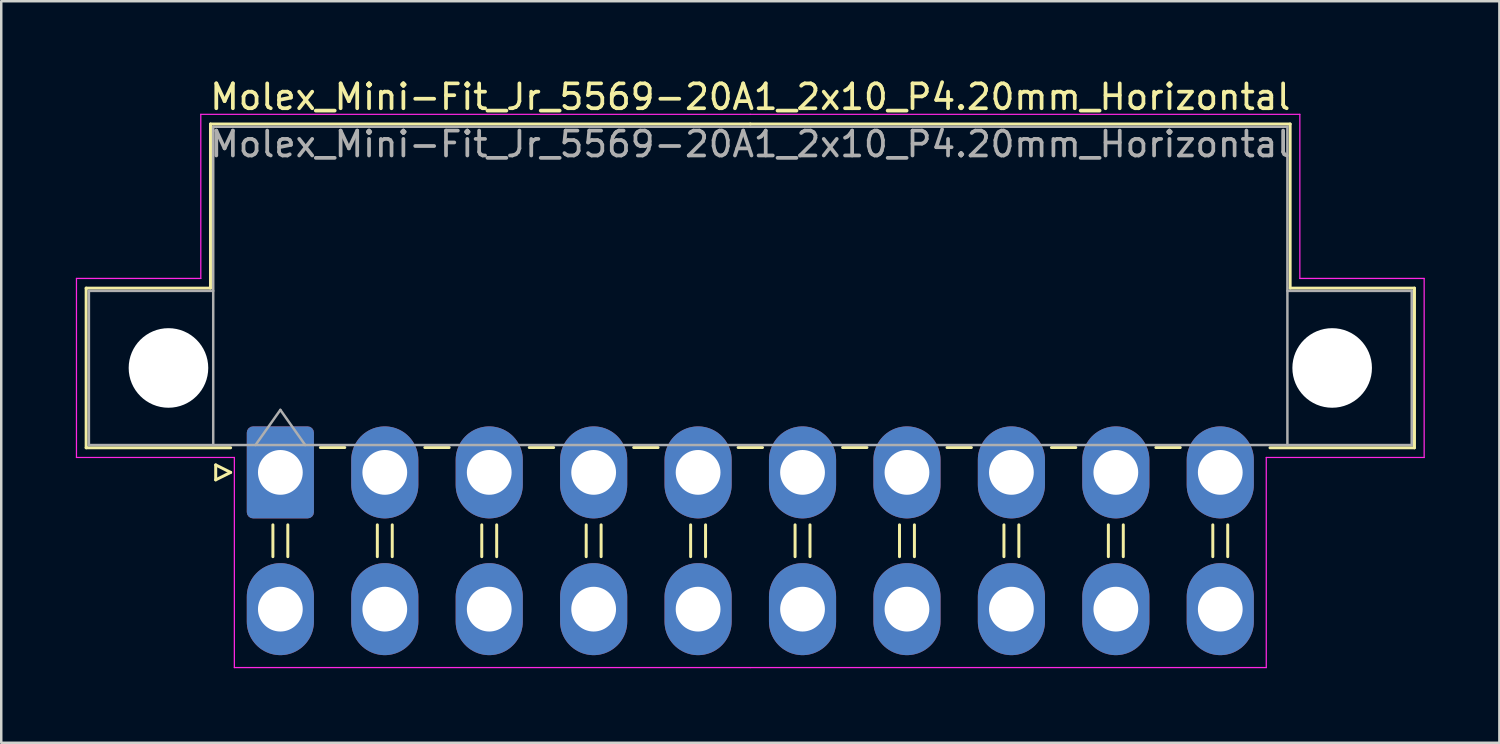
<source format=kicad_pcb>
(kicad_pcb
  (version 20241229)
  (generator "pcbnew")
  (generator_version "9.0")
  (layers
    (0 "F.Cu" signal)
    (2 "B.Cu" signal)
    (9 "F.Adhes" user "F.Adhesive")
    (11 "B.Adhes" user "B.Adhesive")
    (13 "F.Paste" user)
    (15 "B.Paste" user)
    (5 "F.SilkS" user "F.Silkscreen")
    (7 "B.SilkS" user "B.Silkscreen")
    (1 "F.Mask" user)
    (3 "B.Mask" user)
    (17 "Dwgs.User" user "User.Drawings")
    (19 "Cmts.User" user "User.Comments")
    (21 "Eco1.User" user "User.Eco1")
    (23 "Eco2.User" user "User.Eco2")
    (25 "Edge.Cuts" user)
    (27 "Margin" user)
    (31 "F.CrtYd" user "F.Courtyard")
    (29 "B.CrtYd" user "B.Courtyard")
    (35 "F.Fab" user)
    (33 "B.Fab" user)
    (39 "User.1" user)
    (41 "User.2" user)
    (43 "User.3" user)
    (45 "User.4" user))
  (footprint "Molex_Mini-Fit_Jr_5569-20A1_2x10_P4.20mm_Horizontal"
    (layer "F.Cu")
    (at 8.225 15.948)
    (property "Reference" "Molex_Mini-Fit_Jr_5569-20A1_2x10_P4.20mm_Horizontal" (at 18.9 -15.1 0) (layer "F.SilkS") (effects (font (size 1 1) (thickness 0.15))))
    (attr through_hole)
    (fp_line (start -7.81 -7.41) (end -7.81 -0.99) (stroke (width 0.12) (type solid)) (layer "F.SilkS"))
    (fp_line (start -7.81 -0.99) (end -2 -0.99) (stroke (width 0.12) (type solid)) (layer "F.SilkS"))
    (fp_line (start -2.81 -14.01) (end -2.81 -7.41) (stroke (width 0.12) (type solid)) (layer "F.SilkS"))
    (fp_line (start -2.81 -7.41) (end -7.81 -7.41) (stroke (width 0.12) (type solid)) (layer "F.SilkS"))
    (fp_line (start -2.6 -0.3) (end -2 0) (stroke (width 0.12) (type solid)) (layer "F.SilkS"))
    (fp_line (start -2.6 0.3) (end -2.6 -0.3) (stroke (width 0.12) (type solid)) (layer "F.SilkS"))
    (fp_line (start -2 0) (end -2.6 0.3) (stroke (width 0.12) (type solid)) (layer "F.SilkS"))
    (fp_line (start -0.3 2.11) (end -0.3 3.39) (stroke (width 0.12) (type solid)) (layer "F.SilkS"))
    (fp_line (start 0.3 2.11) (end 0.3 3.39) (stroke (width 0.12) (type solid)) (layer "F.SilkS"))
    (fp_line (start 1.61 -1) (end 2.59 -1) (stroke (width 0.12) (type solid)) (layer "F.SilkS"))
    (fp_line (start 3.9 2.11) (end 3.9 3.39) (stroke (width 0.12) (type solid)) (layer "F.SilkS"))
    (fp_line (start 4.5 2.11) (end 4.5 3.39) (stroke (width 0.12) (type solid)) (layer "F.SilkS"))
    (fp_line (start 5.81 -1) (end 6.79 -1) (stroke (width 0.12) (type solid)) (layer "F.SilkS"))
    (fp_line (start 8.1 2.11) (end 8.1 3.39) (stroke (width 0.12) (type solid)) (layer "F.SilkS"))
    (fp_line (start 8.7 2.11) (end 8.7 3.39) (stroke (width 0.12) (type solid)) (layer "F.SilkS"))
    (fp_line (start 10.01 -1) (end 10.99 -1) (stroke (width 0.12) (type solid)) (layer "F.SilkS"))
    (fp_line (start 12.3 2.11) (end 12.3 3.39) (stroke (width 0.12) (type solid)) (layer "F.SilkS"))
    (fp_line (start 12.9 2.11) (end 12.9 3.39) (stroke (width 0.12) (type solid)) (layer "F.SilkS"))
    (fp_line (start 14.21 -1) (end 15.19 -1) (stroke (width 0.12) (type solid)) (layer "F.SilkS"))
    (fp_line (start 16.5 2.11) (end 16.5 3.39) (stroke (width 0.12) (type solid)) (layer "F.SilkS"))
    (fp_line (start 17.1 2.11) (end 17.1 3.39) (stroke (width 0.12) (type solid)) (layer "F.SilkS"))
    (fp_line (start 18.41 -1) (end 19.39 -1) (stroke (width 0.12) (type solid)) (layer "F.SilkS"))
    (fp_line (start 18.9 -14.01) (end -2.81 -14.01) (stroke (width 0.12) (type solid)) (layer "F.SilkS"))
    (fp_line (start 18.9 -14.01) (end 40.61 -14.01) (stroke (width 0.12) (type solid)) (layer "F.SilkS"))
    (fp_line (start 20.7 2.11) (end 20.7 3.39) (stroke (width 0.12) (type solid)) (layer "F.SilkS"))
    (fp_line (start 21.3 2.11) (end 21.3 3.39) (stroke (width 0.12) (type solid)) (layer "F.SilkS"))
    (fp_line (start 22.61 -1) (end 23.59 -1) (stroke (width 0.12) (type solid)) (layer "F.SilkS"))
    (fp_line (start 24.9 2.11) (end 24.9 3.39) (stroke (width 0.12) (type solid)) (layer "F.SilkS"))
    (fp_line (start 25.5 2.11) (end 25.5 3.39) (stroke (width 0.12) (type solid)) (layer "F.SilkS"))
    (fp_line (start 26.81 -1) (end 27.79 -1) (stroke (width 0.12) (type solid)) (layer "F.SilkS"))
    (fp_line (start 29.1 2.11) (end 29.1 3.39) (stroke (width 0.12) (type solid)) (layer "F.SilkS"))
    (fp_line (start 29.7 2.11) (end 29.7 3.39) (stroke (width 0.12) (type solid)) (layer "F.SilkS"))
    (fp_line (start 31.01 -1) (end 31.99 -1) (stroke (width 0.12) (type solid)) (layer "F.SilkS"))
    (fp_line (start 33.3 2.11) (end 33.3 3.39) (stroke (width 0.12) (type solid)) (layer "F.SilkS"))
    (fp_line (start 33.9 2.11) (end 33.9 3.39) (stroke (width 0.12) (type solid)) (layer "F.SilkS"))
    (fp_line (start 35.21 -1) (end 36.19 -1) (stroke (width 0.12) (type solid)) (layer "F.SilkS"))
    (fp_line (start 37.5 2.11) (end 37.5 3.39) (stroke (width 0.12) (type solid)) (layer "F.SilkS"))
    (fp_line (start 38.1 2.11) (end 38.1 3.39) (stroke (width 0.12) (type solid)) (layer "F.SilkS"))
    (fp_line (start 40.61 -14.01) (end 40.61 -7.41) (stroke (width 0.12) (type solid)) (layer "F.SilkS"))
    (fp_line (start 40.61 -7.41) (end 45.61 -7.41) (stroke (width 0.12) (type solid)) (layer "F.SilkS"))
    (fp_line (start 45.61 -7.41) (end 45.61 -0.99) (stroke (width 0.12) (type solid)) (layer "F.SilkS"))
    (fp_line (start 45.61 -0.99) (end 39.8 -0.99) (stroke (width 0.12) (type solid)) (layer "F.SilkS"))
    (fp_line (start -8.2 -7.8) (end -8.2 -0.6) (stroke (width 0.05) (type solid)) (layer "F.CrtYd"))
    (fp_line (start -8.2 -0.6) (end -1.85 -0.6) (stroke (width 0.05) (type solid)) (layer "F.CrtYd"))
    (fp_line (start -3.2 -14.4) (end -3.2 -7.8) (stroke (width 0.05) (type solid)) (layer "F.CrtYd"))
    (fp_line (start -3.2 -7.8) (end -8.2 -7.8) (stroke (width 0.05) (type solid)) (layer "F.CrtYd"))
    (fp_line (start -1.85 -0.6) (end -1.85 7.85) (stroke (width 0.05) (type solid)) (layer "F.CrtYd"))
    (fp_line (start -1.85 7.85) (end 18.9 7.85) (stroke (width 0.05) (type solid)) (layer "F.CrtYd"))
    (fp_line (start 18.9 -14.4) (end -3.2 -14.4) (stroke (width 0.05) (type solid)) (layer "F.CrtYd"))
    (fp_line (start 18.9 -14.4) (end 41 -14.4) (stroke (width 0.05) (type solid)) (layer "F.CrtYd"))
    (fp_line (start 39.65 -0.6) (end 39.65 7.85) (stroke (width 0.05) (type solid)) (layer "F.CrtYd"))
    (fp_line (start 39.65 7.85) (end 18.9 7.85) (stroke (width 0.05) (type solid)) (layer "F.CrtYd"))
    (fp_line (start 41 -14.4) (end 41 -7.8) (stroke (width 0.05) (type solid)) (layer "F.CrtYd"))
    (fp_line (start 41 -7.8) (end 46 -7.8) (stroke (width 0.05) (type solid)) (layer "F.CrtYd"))
    (fp_line (start 46 -7.8) (end 46 -0.6) (stroke (width 0.05) (type solid)) (layer "F.CrtYd"))
    (fp_line (start 46 -0.6) (end 39.65 -0.6) (stroke (width 0.05) (type solid)) (layer "F.CrtYd"))
    (fp_line (start -7.7 -7.3) (end -7.7 -1.1) (stroke (width 0.1) (type solid)) (layer "F.Fab"))
    (fp_line (start -7.7 -1.1) (end -2.7 -1.1) (stroke (width 0.1) (type solid)) (layer "F.Fab"))
    (fp_line (start -2.7 -13.9) (end -2.7 -1.1) (stroke (width 0.1) (type solid)) (layer "F.Fab"))
    (fp_line (start -2.7 -7.3) (end -7.7 -7.3) (stroke (width 0.1) (type solid)) (layer "F.Fab"))
    (fp_line (start -2.7 -1.1) (end 40.5 -1.1) (stroke (width 0.1) (type solid)) (layer "F.Fab"))
    (fp_line (start -1 -1.1) (end 0 -2.514) (stroke (width 0.1) (type solid)) (layer "F.Fab"))
    (fp_line (start 0 -2.514) (end 1 -1.1) (stroke (width 0.1) (type solid)) (layer "F.Fab"))
    (fp_line (start 40.5 -13.9) (end -2.7 -13.9) (stroke (width 0.1) (type solid)) (layer "F.Fab"))
    (fp_line (start 40.5 -7.3) (end 45.5 -7.3) (stroke (width 0.1) (type solid)) (layer "F.Fab"))
    (fp_line (start 40.5 -1.1) (end 40.5 -13.9) (stroke (width 0.1) (type solid)) (layer "F.Fab"))
    (fp_line (start 45.5 -7.3) (end 45.5 -1.1) (stroke (width 0.1) (type solid)) (layer "F.Fab"))
    (fp_line (start 45.5 -1.1) (end 40.5 -1.1) (stroke (width 0.1) (type solid)) (layer "F.Fab"))
    (fp_text user "${REFERENCE}" (at 18.9 -13.2 0) (layer "F.Fab") (effects (font (size 1 1) (thickness 0.15))))
    (pad "" np_thru_hole circle (at -4.5 -4.2) (size 3.2 3.2) (drill 3.2) (layers "*.Cu" "*.Mask"))
    (pad "" np_thru_hole circle (at 42.3 -4.2) (size 3.2 3.2) (drill 3.2) (layers "*.Cu" "*.Mask"))
    (pad "1" thru_hole roundrect (at 0 0) (size 2.7 3.7) (drill 1.8) (layers "*.Cu" "*.Mask") (roundrect_rratio 0.093))
    (pad "2" thru_hole oval (at 4.2 0) (size 2.7 3.7) (drill 1.8) (layers "*.Cu" "*.Mask"))
    (pad "3" thru_hole oval (at 8.4 0) (size 2.7 3.7) (drill 1.8) (layers "*.Cu" "*.Mask"))
    (pad "4" thru_hole oval (at 12.6 0) (size 2.7 3.7) (drill 1.8) (layers "*.Cu" "*.Mask"))
    (pad "5" thru_hole oval (at 16.8 0) (size 2.7 3.7) (drill 1.8) (layers "*.Cu" "*.Mask"))
    (pad "6" thru_hole oval (at 21 0) (size 2.7 3.7) (drill 1.8) (layers "*.Cu" "*.Mask"))
    (pad "7" thru_hole oval (at 25.2 0) (size 2.7 3.7) (drill 1.8) (layers "*.Cu" "*.Mask"))
    (pad "8" thru_hole oval (at 29.4 0) (size 2.7 3.7) (drill 1.8) (layers "*.Cu" "*.Mask"))
    (pad "9" thru_hole oval (at 33.6 0) (size 2.7 3.7) (drill 1.8) (layers "*.Cu" "*.Mask"))
    (pad "10" thru_hole oval (at 37.8 0) (size 2.7 3.7) (drill 1.8) (layers "*.Cu" "*.Mask"))
    (pad "11" thru_hole oval (at 0 5.5) (size 2.7 3.7) (drill 1.8) (layers "*.Cu" "*.Mask"))
    (pad "12" thru_hole oval (at 4.2 5.5) (size 2.7 3.7) (drill 1.8) (layers "*.Cu" "*.Mask"))
    (pad "13" thru_hole oval (at 8.4 5.5) (size 2.7 3.7) (drill 1.8) (layers "*.Cu" "*.Mask"))
    (pad "14" thru_hole oval (at 12.6 5.5) (size 2.7 3.7) (drill 1.8) (layers "*.Cu" "*.Mask"))
    (pad "15" thru_hole oval (at 16.8 5.5) (size 2.7 3.7) (drill 1.8) (layers "*.Cu" "*.Mask"))
    (pad "16" thru_hole oval (at 21 5.5) (size 2.7 3.7) (drill 1.8) (layers "*.Cu" "*.Mask"))
    (pad "17" thru_hole oval (at 25.2 5.5) (size 2.7 3.7) (drill 1.8) (layers "*.Cu" "*.Mask"))
    (pad "18" thru_hole oval (at 29.4 5.5) (size 2.7 3.7) (drill 1.8) (layers "*.Cu" "*.Mask"))
    (pad "19" thru_hole oval (at 33.6 5.5) (size 2.7 3.7) (drill 1.8) (layers "*.Cu" "*.Mask"))
    (pad "20" thru_hole oval (at 37.8 5.5) (size 2.7 3.7) (drill 1.8) (layers "*.Cu" "*.Mask")))
  (gr_rect
    (start -3 -3)
    (end 57.25 26.823)
    (stroke (width 0.1) (type default))
    (fill no)
    (layer "Edge.Cuts")))
</source>
